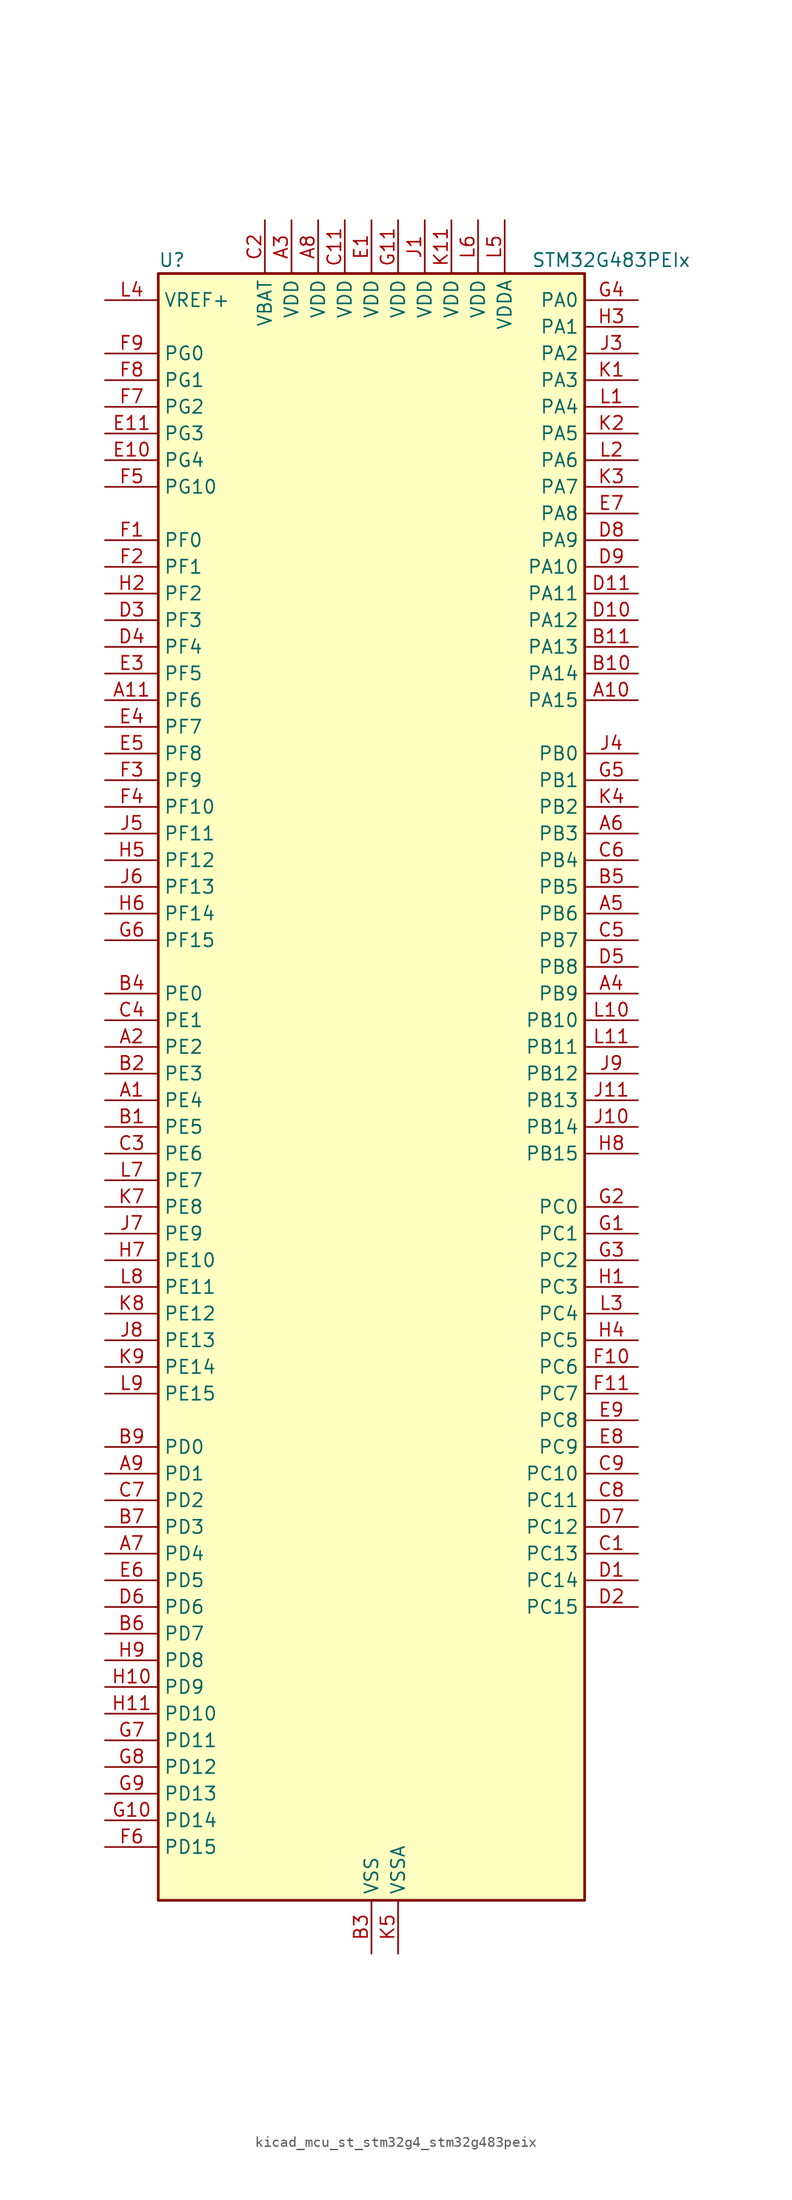
<source format=kicad_sym>
(kicad_symbol_lib
  (version 20220914)
  (generator kicad_symbol_editor)
  (symbol "kicad_mcu_st_stm32g4_stm32g483peix"
    (property "Reference" "U"
      (at -20.32 80.01 0)
      (effects (font (size 1.27 1.27)) (justify left)))
    (property "Value" "STM32G483PEIx"
      (at 15.24 80.01 0)
      (effects (font (size 1.27 1.27)) (justify left)))
    (property "ki_locked" ""
      (at 0 0 0)
      (effects (font (size 1.27 1.27))))
    (symbol "kicad_mcu_st_stm32g4_stm32g483peix_0_1"
      (rectangle (start -20.32 -76.2) (end 20.32 78.74) (stroke (width 0.254) (type default)) (fill (type background))))
    (symbol "kicad_mcu_st_stm32g4_stm32g483peix_1_1"
      (pin bidirectional line (at -25.4 0 0) (length 5.08) (name "PE4" (effects (font (size 1.27 1.27)))) (number "A1" (effects (font (size 1.27 1.27)))) (alternate "FMC_A20" bidirectional line) (alternate "SAI1_D2" bidirectional line) (alternate "SAI1_FS_A" bidirectional line) (alternate "SPI4_NSS" bidirectional line) (alternate "SYS_TRACED1" bidirectional line) (alternate "TIM20_CH1N" bidirectional line) (alternate "TIM3_CH3" bidirectional line))
      (pin bidirectional line (at 25.4 38.1 180) (length 5.08) (name "PA15" (effects (font (size 1.27 1.27)))) (number "A10" (effects (font (size 1.27 1.27)))) (alternate "ADC1_EXTI15" bidirectional line) (alternate "ADC2_EXTI15" bidirectional line) (alternate "FDCAN3_TX" bidirectional line) (alternate "I2C1_SCL" bidirectional line) (alternate "I2S3_WS" bidirectional line) (alternate "SPI1_NSS" bidirectional line) (alternate "SPI3_NSS" bidirectional line) (alternate "SYS_JTDI" bidirectional line) (alternate "TIM1_BKIN" bidirectional line) (alternate "TIM2_CH1" bidirectional line) (alternate "TIM2_ETR" bidirectional line) (alternate "TIM8_CH1" bidirectional line) (alternate "UART4_DE" bidirectional line) (alternate "UART4_RTS" bidirectional line) (alternate "USART2_RX" bidirectional line))
      (pin bidirectional line (at -25.4 38.1 0) (length 5.08) (name "PF6" (effects (font (size 1.27 1.27)))) (number "A11" (effects (font (size 1.27 1.27)))) (alternate "I2C2_SCL" bidirectional line) (alternate "QUADSPI1_BK1_IO3" bidirectional line) (alternate "SAI1_SD_B" bidirectional line) (alternate "TIM4_CH4" bidirectional line) (alternate "TIM5_CH1" bidirectional line) (alternate "TIM5_ETR" bidirectional line) (alternate "USART3_RTS" bidirectional line))
      (pin bidirectional line (at -25.4 5.08 0) (length 5.08) (name "PE2" (effects (font (size 1.27 1.27)))) (number "A2" (effects (font (size 1.27 1.27)))) (alternate "ADC3_EXTI2" bidirectional line) (alternate "ADC4_EXTI2" bidirectional line) (alternate "ADC5_EXTI2" bidirectional line) (alternate "FMC_A23" bidirectional line) (alternate "SAI1_CK1" bidirectional line) (alternate "SAI1_MCLK_A" bidirectional line) (alternate "SPI4_SCK" bidirectional line) (alternate "SYS_TRACECLK" bidirectional line) (alternate "TIM20_CH1" bidirectional line) (alternate "TIM3_CH1" bidirectional line))
      (pin power_in line (at -7.62 83.82 270) (length 5.08) (name "VDD" (effects (font (size 1.27 1.27)))) (number "A3" (effects (font (size 1.27 1.27)))))
      (pin bidirectional line (at 25.4 10.16 180) (length 5.08) (name "PB9" (effects (font (size 1.27 1.27)))) (number "A4" (effects (font (size 1.27 1.27)))) (alternate "COMP2_OUT" bidirectional line) (alternate "DAC1_EXTI9" bidirectional line) (alternate "DAC2_EXTI9" bidirectional line) (alternate "DAC3_EXTI9" bidirectional line) (alternate "DAC4_EXTI9" bidirectional line) (alternate "FDCAN1_TX" bidirectional line) (alternate "I2C1_SDA" bidirectional line) (alternate "IR_OUT" bidirectional line) (alternate "SAI1_D2" bidirectional line) (alternate "SAI1_FS_A" bidirectional line) (alternate "TIM17_CH1" bidirectional line) (alternate "TIM1_CH3N" bidirectional line) (alternate "TIM4_CH4" bidirectional line) (alternate "TIM8_CH3" bidirectional line) (alternate "USART3_TX" bidirectional line))
      (pin bidirectional line (at 25.4 17.78 180) (length 5.08) (name "PB6" (effects (font (size 1.27 1.27)))) (number "A5" (effects (font (size 1.27 1.27)))) (alternate "COMP4_OUT" bidirectional line) (alternate "FDCAN2_TX" bidirectional line) (alternate "LPTIM1_ETR" bidirectional line) (alternate "SAI1_FS_B" bidirectional line) (alternate "TIM16_CH1N" bidirectional line) (alternate "TIM4_CH1" bidirectional line) (alternate "TIM8_BKIN2" bidirectional line) (alternate "TIM8_CH1" bidirectional line) (alternate "TIM8_ETR" bidirectional line) (alternate "UCPD1_CC1" bidirectional line) (alternate "USART1_TX" bidirectional line))
      (pin bidirectional line (at 25.4 25.4 180) (length 5.08) (name "PB3" (effects (font (size 1.27 1.27)))) (number "A6" (effects (font (size 1.27 1.27)))) (alternate "ADC3_EXTI3" bidirectional line) (alternate "ADC4_EXTI3" bidirectional line) (alternate "ADC5_EXTI3" bidirectional line) (alternate "CRS_SYNC" bidirectional line) (alternate "FDCAN3_RX" bidirectional line) (alternate "I2S3_CK" bidirectional line) (alternate "SAI1_SCK_B" bidirectional line) (alternate "SPI1_SCK" bidirectional line) (alternate "SPI3_SCK" bidirectional line) (alternate "SYS_JTDO-SWO" bidirectional line) (alternate "TIM2_CH2" bidirectional line) (alternate "TIM3_ETR" bidirectional line) (alternate "TIM4_ETR" bidirectional line) (alternate "TIM8_CH1N" bidirectional line) (alternate "USART2_TX" bidirectional line))
      (pin bidirectional line (at -25.4 -43.18 0) (length 5.08) (name "PD4" (effects (font (size 1.27 1.27)))) (number "A7" (effects (font (size 1.27 1.27)))) (alternate "FMC_NOE" bidirectional line) (alternate "QUADSPI1_BK2_IO0" bidirectional line) (alternate "TIM2_CH2" bidirectional line) (alternate "USART2_DE" bidirectional line) (alternate "USART2_RTS" bidirectional line))
      (pin power_in line (at -5.08 83.82 270) (length 5.08) (name "VDD" (effects (font (size 1.27 1.27)))) (number "A8" (effects (font (size 1.27 1.27)))))
      (pin bidirectional line (at -25.4 -35.56 0) (length 5.08) (name "PD1" (effects (font (size 1.27 1.27)))) (number "A9" (effects (font (size 1.27 1.27)))) (alternate "FDCAN1_TX" bidirectional line) (alternate "FMC_D3" bidirectional line) (alternate "FMC_DA3" bidirectional line) (alternate "TIM8_BKIN2" bidirectional line) (alternate "TIM8_CH4" bidirectional line))
      (pin bidirectional line (at -25.4 -2.54 0) (length 5.08) (name "PE5" (effects (font (size 1.27 1.27)))) (number "B1" (effects (font (size 1.27 1.27)))) (alternate "FMC_A21" bidirectional line) (alternate "SAI1_CK2" bidirectional line) (alternate "SAI1_SCK_A" bidirectional line) (alternate "SPI4_MISO" bidirectional line) (alternate "SYS_TRACED2" bidirectional line) (alternate "TIM20_CH2N" bidirectional line) (alternate "TIM3_CH4" bidirectional line))
      (pin bidirectional line (at 25.4 40.64 180) (length 5.08) (name "PA14" (effects (font (size 1.27 1.27)))) (number "B10" (effects (font (size 1.27 1.27)))) (alternate "I2C1_SDA" bidirectional line) (alternate "I2C4_SMBA" bidirectional line) (alternate "LPTIM1_OUT" bidirectional line) (alternate "SAI1_FS_B" bidirectional line) (alternate "SYS_JTCK-SWCLK" bidirectional line) (alternate "TIM1_BKIN" bidirectional line) (alternate "TIM8_CH2" bidirectional line) (alternate "USART2_TX" bidirectional line))
      (pin bidirectional line (at 25.4 43.18 180) (length 5.08) (name "PA13" (effects (font (size 1.27 1.27)))) (number "B11" (effects (font (size 1.27 1.27)))) (alternate "I2C1_SCL" bidirectional line) (alternate "I2C4_SCL" bidirectional line) (alternate "IR_OUT" bidirectional line) (alternate "SAI1_SD_B" bidirectional line) (alternate "SYS_JTMS-SWDIO" bidirectional line) (alternate "TIM16_CH1N" bidirectional line) (alternate "TIM4_CH3" bidirectional line) (alternate "USART3_CTS" bidirectional line) (alternate "USART3_NSS" bidirectional line))
      (pin bidirectional line (at -25.4 2.54 0) (length 5.08) (name "PE3" (effects (font (size 1.27 1.27)))) (number "B2" (effects (font (size 1.27 1.27)))) (alternate "ADC3_EXTI3" bidirectional line) (alternate "ADC4_EXTI3" bidirectional line) (alternate "ADC5_EXTI3" bidirectional line) (alternate "FMC_A19" bidirectional line) (alternate "SAI1_SD_B" bidirectional line) (alternate "SPI4_NSS" bidirectional line) (alternate "SYS_TRACED0" bidirectional line) (alternate "TIM20_CH2" bidirectional line) (alternate "TIM3_CH2" bidirectional line))
      (pin power_in line (at 0 -81.28 90) (length 5.08) (name "VSS" (effects (font (size 1.27 1.27)))) (number "B3" (effects (font (size 1.27 1.27)))))
      (pin bidirectional line (at -25.4 10.16 0) (length 5.08) (name "PE0" (effects (font (size 1.27 1.27)))) (number "B4" (effects (font (size 1.27 1.27)))) (alternate "FMC_NBL0" bidirectional line) (alternate "TIM16_CH1" bidirectional line) (alternate "TIM20_CH4N" bidirectional line) (alternate "TIM20_ETR" bidirectional line) (alternate "TIM4_ETR" bidirectional line) (alternate "USART1_TX" bidirectional line))
      (pin bidirectional line (at 25.4 20.32 180) (length 5.08) (name "PB5" (effects (font (size 1.27 1.27)))) (number "B5" (effects (font (size 1.27 1.27)))) (alternate "FDCAN2_RX" bidirectional line) (alternate "I2C1_SMBA" bidirectional line) (alternate "I2C3_SDA" bidirectional line) (alternate "I2S3_SD" bidirectional line) (alternate "LPTIM1_IN1" bidirectional line) (alternate "SAI1_SD_B" bidirectional line) (alternate "SPI1_MOSI" bidirectional line) (alternate "SPI3_MOSI" bidirectional line) (alternate "TIM16_BKIN" bidirectional line) (alternate "TIM17_CH1" bidirectional line) (alternate "TIM3_CH2" bidirectional line) (alternate "TIM8_CH3N" bidirectional line) (alternate "UART5_CTS" bidirectional line) (alternate "USART2_CK" bidirectional line))
      (pin bidirectional line (at -25.4 -50.8 0) (length 5.08) (name "PD7" (effects (font (size 1.27 1.27)))) (number "B6" (effects (font (size 1.27 1.27)))) (alternate "FMC_NCE" bidirectional line) (alternate "FMC_NE1" bidirectional line) (alternate "QUADSPI1_BK2_IO3" bidirectional line) (alternate "TIM2_CH3" bidirectional line) (alternate "USART2_CK" bidirectional line))
      (pin bidirectional line (at -25.4 -40.64 0) (length 5.08) (name "PD3" (effects (font (size 1.27 1.27)))) (number "B7" (effects (font (size 1.27 1.27)))) (alternate "ADC3_EXTI3" bidirectional line) (alternate "ADC4_EXTI3" bidirectional line) (alternate "ADC5_EXTI3" bidirectional line) (alternate "FMC_CLK" bidirectional line) (alternate "QUADSPI1_BK2_NCS" bidirectional line) (alternate "TIM2_CH1" bidirectional line) (alternate "TIM2_ETR" bidirectional line) (alternate "USART2_CTS" bidirectional line) (alternate "USART2_NSS" bidirectional line))
      (pin passive line (at 0 -81.28 90) (length 5.08) hide (name "VSS" (effects (font (size 1.27 1.27)))) (number "B8" (effects (font (size 1.27 1.27)))))
      (pin bidirectional line (at -25.4 -33.02 0) (length 5.08) (name "PD0" (effects (font (size 1.27 1.27)))) (number "B9" (effects (font (size 1.27 1.27)))) (alternate "FDCAN1_RX" bidirectional line) (alternate "FMC_D2" bidirectional line) (alternate "FMC_DA2" bidirectional line) (alternate "TIM8_CH4N" bidirectional line))
      (pin bidirectional line (at 25.4 -43.18 180) (length 5.08) (name "PC13" (effects (font (size 1.27 1.27)))) (number "C1" (effects (font (size 1.27 1.27)))) (alternate "RTC_OUT1" bidirectional line) (alternate "RTC_TAMP1" bidirectional line) (alternate "RTC_TS" bidirectional line) (alternate "SYS_WKUP2" bidirectional line) (alternate "TIM1_BKIN" bidirectional line) (alternate "TIM1_CH1N" bidirectional line) (alternate "TIM8_CH4N" bidirectional line))
      (pin passive line (at 0 -81.28 90) (length 5.08) hide (name "VSS" (effects (font (size 1.27 1.27)))) (number "C10" (effects (font (size 1.27 1.27)))))
      (pin power_in line (at -2.54 83.82 270) (length 5.08) (name "VDD" (effects (font (size 1.27 1.27)))) (number "C11" (effects (font (size 1.27 1.27)))))
      (pin power_in line (at -10.16 83.82 270) (length 5.08) (name "VBAT" (effects (font (size 1.27 1.27)))) (number "C2" (effects (font (size 1.27 1.27)))))
      (pin bidirectional line (at -25.4 -5.08 0) (length 5.08) (name "PE6" (effects (font (size 1.27 1.27)))) (number "C3" (effects (font (size 1.27 1.27)))) (alternate "FMC_A22" bidirectional line) (alternate "RTC_TAMP3" bidirectional line) (alternate "SAI1_D1" bidirectional line) (alternate "SAI1_SD_A" bidirectional line) (alternate "SPI4_MOSI" bidirectional line) (alternate "SYS_TRACED3" bidirectional line) (alternate "SYS_WKUP3" bidirectional line) (alternate "TIM20_CH3N" bidirectional line))
      (pin bidirectional line (at -25.4 7.62 0) (length 5.08) (name "PE1" (effects (font (size 1.27 1.27)))) (number "C4" (effects (font (size 1.27 1.27)))) (alternate "FMC_NBL1" bidirectional line) (alternate "TIM17_CH1" bidirectional line) (alternate "TIM20_CH4" bidirectional line) (alternate "USART1_RX" bidirectional line))
      (pin bidirectional line (at 25.4 15.24 180) (length 5.08) (name "PB7" (effects (font (size 1.27 1.27)))) (number "C5" (effects (font (size 1.27 1.27)))) (alternate "COMP3_OUT" bidirectional line) (alternate "FMC_NL" bidirectional line) (alternate "I2C1_SDA" bidirectional line) (alternate "I2C4_SDA" bidirectional line) (alternate "LPTIM1_IN2" bidirectional line) (alternate "SYS_PVD_IN" bidirectional line) (alternate "TIM17_CH1N" bidirectional line) (alternate "TIM3_CH4" bidirectional line) (alternate "TIM4_CH2" bidirectional line) (alternate "TIM8_BKIN" bidirectional line) (alternate "UART4_CTS" bidirectional line) (alternate "USART1_RX" bidirectional line))
      (pin bidirectional line (at 25.4 22.86 180) (length 5.08) (name "PB4" (effects (font (size 1.27 1.27)))) (number "C6" (effects (font (size 1.27 1.27)))) (alternate "FDCAN3_TX" bidirectional line) (alternate "SAI1_MCLK_B" bidirectional line) (alternate "SPI1_MISO" bidirectional line) (alternate "SPI3_MISO" bidirectional line) (alternate "SYS_JTRST" bidirectional line) (alternate "TIM16_CH1" bidirectional line) (alternate "TIM17_BKIN" bidirectional line) (alternate "TIM3_CH1" bidirectional line) (alternate "TIM8_CH2N" bidirectional line) (alternate "UART5_DE" bidirectional line) (alternate "UART5_RTS" bidirectional line) (alternate "UCPD1_CC2" bidirectional line) (alternate "USART2_RX" bidirectional line))
      (pin bidirectional line (at -25.4 -38.1 0) (length 5.08) (name "PD2" (effects (font (size 1.27 1.27)))) (number "C7" (effects (font (size 1.27 1.27)))) (alternate "ADC3_EXTI2" bidirectional line) (alternate "ADC4_EXTI2" bidirectional line) (alternate "ADC5_EXTI2" bidirectional line) (alternate "TIM3_ETR" bidirectional line) (alternate "TIM8_BKIN" bidirectional line) (alternate "UART5_RX" bidirectional line))
      (pin bidirectional line (at 25.4 -38.1 180) (length 5.08) (name "PC11" (effects (font (size 1.27 1.27)))) (number "C8" (effects (font (size 1.27 1.27)))) (alternate "ADC1_EXTI11" bidirectional line) (alternate "ADC2_EXTI11" bidirectional line) (alternate "I2C3_SDA" bidirectional line) (alternate "SPI3_MISO" bidirectional line) (alternate "TIM8_CH2N" bidirectional line) (alternate "UART4_RX" bidirectional line) (alternate "USART3_RX" bidirectional line))
      (pin bidirectional line (at 25.4 -35.56 180) (length 5.08) (name "PC10" (effects (font (size 1.27 1.27)))) (number "C9" (effects (font (size 1.27 1.27)))) (alternate "DAC1_EXTI10" bidirectional line) (alternate "DAC2_EXTI10" bidirectional line) (alternate "DAC3_EXTI10" bidirectional line) (alternate "DAC4_EXTI10" bidirectional line) (alternate "I2S3_CK" bidirectional line) (alternate "SPI3_SCK" bidirectional line) (alternate "TIM8_CH1N" bidirectional line) (alternate "UART4_TX" bidirectional line) (alternate "USART3_TX" bidirectional line))
      (pin bidirectional line (at 25.4 -45.72 180) (length 5.08) (name "PC14" (effects (font (size 1.27 1.27)))) (number "D1" (effects (font (size 1.27 1.27)))) (alternate "RCC_OSC32_IN" bidirectional line))
      (pin bidirectional line (at 25.4 45.72 180) (length 5.08) (name "PA12" (effects (font (size 1.27 1.27)))) (number "D10" (effects (font (size 1.27 1.27)))) (alternate "COMP2_OUT" bidirectional line) (alternate "FDCAN1_TX" bidirectional line) (alternate "I2S_CKIN" bidirectional line) (alternate "TIM16_CH1" bidirectional line) (alternate "TIM1_CH2N" bidirectional line) (alternate "TIM1_ETR" bidirectional line) (alternate "TIM4_CH2" bidirectional line) (alternate "USART1_DE" bidirectional line) (alternate "USART1_RTS" bidirectional line) (alternate "USB_DP" bidirectional line))
      (pin bidirectional line (at 25.4 48.26 180) (length 5.08) (name "PA11" (effects (font (size 1.27 1.27)))) (number "D11" (effects (font (size 1.27 1.27)))) (alternate "ADC1_EXTI11" bidirectional line) (alternate "ADC2_EXTI11" bidirectional line) (alternate "COMP1_OUT" bidirectional line) (alternate "FDCAN1_RX" bidirectional line) (alternate "I2S2_SD" bidirectional line) (alternate "SPI2_MOSI" bidirectional line) (alternate "TIM1_BKIN2" bidirectional line) (alternate "TIM1_CH1N" bidirectional line) (alternate "TIM1_CH4" bidirectional line) (alternate "TIM4_CH1" bidirectional line) (alternate "USART1_CTS" bidirectional line) (alternate "USART1_NSS" bidirectional line) (alternate "USB_DM" bidirectional line))
      (pin bidirectional line (at 25.4 -48.26 180) (length 5.08) (name "PC15" (effects (font (size 1.27 1.27)))) (number "D2" (effects (font (size 1.27 1.27)))) (alternate "ADC1_EXTI15" bidirectional line) (alternate "ADC2_EXTI15" bidirectional line) (alternate "RCC_OSC32_OUT" bidirectional line))
      (pin bidirectional line (at -25.4 45.72 0) (length 5.08) (name "PF3" (effects (font (size 1.27 1.27)))) (number "D3" (effects (font (size 1.27 1.27)))) (alternate "ADC3_EXTI3" bidirectional line) (alternate "ADC4_EXTI3" bidirectional line) (alternate "ADC5_EXTI3" bidirectional line) (alternate "FMC_A3" bidirectional line) (alternate "I2C3_SCL" bidirectional line) (alternate "TIM20_CH4" bidirectional line))
      (pin bidirectional line (at -25.4 43.18 0) (length 5.08) (name "PF4" (effects (font (size 1.27 1.27)))) (number "D4" (effects (font (size 1.27 1.27)))) (alternate "COMP1_OUT" bidirectional line) (alternate "FMC_A4" bidirectional line) (alternate "I2C3_SDA" bidirectional line) (alternate "TIM20_CH1N" bidirectional line))
      (pin bidirectional line (at 25.4 12.7 180) (length 5.08) (name "PB8" (effects (font (size 1.27 1.27)))) (number "D5" (effects (font (size 1.27 1.27)))) (alternate "COMP1_OUT" bidirectional line) (alternate "FDCAN1_RX" bidirectional line) (alternate "I2C1_SCL" bidirectional line) (alternate "SAI1_CK1" bidirectional line) (alternate "SAI1_MCLK_A" bidirectional line) (alternate "TIM16_CH1" bidirectional line) (alternate "TIM1_BKIN" bidirectional line) (alternate "TIM4_CH3" bidirectional line) (alternate "TIM8_CH2" bidirectional line) (alternate "USART3_RX" bidirectional line))
      (pin bidirectional line (at -25.4 -48.26 0) (length 5.08) (name "PD6" (effects (font (size 1.27 1.27)))) (number "D6" (effects (font (size 1.27 1.27)))) (alternate "FMC_NWAIT" bidirectional line) (alternate "QUADSPI1_BK2_IO2" bidirectional line) (alternate "SAI1_D1" bidirectional line) (alternate "SAI1_SD_A" bidirectional line) (alternate "TIM2_CH4" bidirectional line) (alternate "USART2_RX" bidirectional line))
      (pin bidirectional line (at 25.4 -40.64 180) (length 5.08) (name "PC12" (effects (font (size 1.27 1.27)))) (number "D7" (effects (font (size 1.27 1.27)))) (alternate "I2S3_SD" bidirectional line) (alternate "SPI3_MOSI" bidirectional line) (alternate "TIM5_CH2" bidirectional line) (alternate "TIM8_CH3N" bidirectional line) (alternate "UART5_TX" bidirectional line) (alternate "UCPD1_FRSTX1" bidirectional line) (alternate "UCPD1_FRSTX2" bidirectional line) (alternate "USART3_CK" bidirectional line))
      (pin bidirectional line (at 25.4 53.34 180) (length 5.08) (name "PA9" (effects (font (size 1.27 1.27)))) (number "D8" (effects (font (size 1.27 1.27)))) (alternate "ADC5_IN2" bidirectional line) (alternate "COMP5_OUT" bidirectional line) (alternate "DAC1_EXTI9" bidirectional line) (alternate "DAC2_EXTI9" bidirectional line) (alternate "DAC3_EXTI9" bidirectional line) (alternate "DAC4_EXTI9" bidirectional line) (alternate "I2C2_SCL" bidirectional line) (alternate "I2C3_SMBA" bidirectional line) (alternate "I2S3_MCK" bidirectional line) (alternate "SAI1_FS_A" bidirectional line) (alternate "TIM15_BKIN" bidirectional line) (alternate "TIM1_CH2" bidirectional line) (alternate "TIM2_CH3" bidirectional line) (alternate "UCPD1_DBCC1" bidirectional line) (alternate "USART1_TX" bidirectional line))
      (pin bidirectional line (at 25.4 50.8 180) (length 5.08) (name "PA10" (effects (font (size 1.27 1.27)))) (number "D9" (effects (font (size 1.27 1.27)))) (alternate "COMP6_OUT" bidirectional line) (alternate "CRS_SYNC" bidirectional line) (alternate "DAC1_EXTI10" bidirectional line) (alternate "DAC2_EXTI10" bidirectional line) (alternate "DAC3_EXTI10" bidirectional line) (alternate "DAC4_EXTI10" bidirectional line) (alternate "I2C2_SMBA" bidirectional line) (alternate "SAI1_D1" bidirectional line) (alternate "SAI1_SD_A" bidirectional line) (alternate "SPI2_MISO" bidirectional line) (alternate "TIM17_BKIN" bidirectional line) (alternate "TIM1_CH3" bidirectional line) (alternate "TIM2_CH4" bidirectional line) (alternate "TIM8_BKIN" bidirectional line) (alternate "UCPD1_DBCC2" bidirectional line) (alternate "USART1_RX" bidirectional line))
      (pin power_in line (at 0 83.82 270) (length 5.08) (name "VDD" (effects (font (size 1.27 1.27)))) (number "E1" (effects (font (size 1.27 1.27)))))
      (pin bidirectional line (at -25.4 60.96 0) (length 5.08) (name "PG4" (effects (font (size 1.27 1.27)))) (number "E10" (effects (font (size 1.27 1.27)))) (alternate "FMC_A14" bidirectional line) (alternate "I2C4_SDA" bidirectional line) (alternate "SPI1_MOSI" bidirectional line) (alternate "TIM20_BKIN2" bidirectional line))
      (pin bidirectional line (at -25.4 63.5 0) (length 5.08) (name "PG3" (effects (font (size 1.27 1.27)))) (number "E11" (effects (font (size 1.27 1.27)))) (alternate "ADC3_EXTI3" bidirectional line) (alternate "ADC4_EXTI3" bidirectional line) (alternate "ADC5_EXTI3" bidirectional line) (alternate "FMC_A13" bidirectional line) (alternate "I2C4_SCL" bidirectional line) (alternate "SPI1_MISO" bidirectional line) (alternate "TIM20_BKIN" bidirectional line) (alternate "TIM20_CH4N" bidirectional line))
      (pin passive line (at 0 -81.28 90) (length 5.08) hide (name "VSS" (effects (font (size 1.27 1.27)))) (number "E2" (effects (font (size 1.27 1.27)))))
      (pin bidirectional line (at -25.4 40.64 0) (length 5.08) (name "PF5" (effects (font (size 1.27 1.27)))) (number "E3" (effects (font (size 1.27 1.27)))) (alternate "FMC_A5" bidirectional line) (alternate "TIM20_CH2N" bidirectional line))
      (pin bidirectional line (at -25.4 35.56 0) (length 5.08) (name "PF7" (effects (font (size 1.27 1.27)))) (number "E4" (effects (font (size 1.27 1.27)))) (alternate "FMC_A1" bidirectional line) (alternate "QUADSPI1_BK1_IO2" bidirectional line) (alternate "SAI1_MCLK_B" bidirectional line) (alternate "TIM20_BKIN" bidirectional line) (alternate "TIM5_CH2" bidirectional line))
      (pin bidirectional line (at -25.4 33.02 0) (length 5.08) (name "PF8" (effects (font (size 1.27 1.27)))) (number "E5" (effects (font (size 1.27 1.27)))) (alternate "FMC_A24" bidirectional line) (alternate "QUADSPI1_BK1_IO0" bidirectional line) (alternate "SAI1_SCK_B" bidirectional line) (alternate "TIM20_BKIN2" bidirectional line) (alternate "TIM5_CH3" bidirectional line))
      (pin bidirectional line (at -25.4 -45.72 0) (length 5.08) (name "PD5" (effects (font (size 1.27 1.27)))) (number "E6" (effects (font (size 1.27 1.27)))) (alternate "FMC_NWE" bidirectional line) (alternate "QUADSPI1_BK2_IO1" bidirectional line) (alternate "USART2_TX" bidirectional line))
      (pin bidirectional line (at 25.4 55.88 180) (length 5.08) (name "PA8" (effects (font (size 1.27 1.27)))) (number "E7" (effects (font (size 1.27 1.27)))) (alternate "ADC5_IN1" bidirectional line) (alternate "COMP7_OUT" bidirectional line) (alternate "FDCAN3_RX" bidirectional line) (alternate "I2C2_SDA" bidirectional line) (alternate "I2C3_SCL" bidirectional line) (alternate "I2S2_MCK" bidirectional line) (alternate "OPAMP5_VOUT" bidirectional line) (alternate "RCC_MCO" bidirectional line) (alternate "SAI1_CK2" bidirectional line) (alternate "SAI1_SCK_A" bidirectional line) (alternate "TIM1_CH1" bidirectional line) (alternate "TIM4_ETR" bidirectional line) (alternate "USART1_CK" bidirectional line))
      (pin bidirectional line (at 25.4 -33.02 180) (length 5.08) (name "PC9" (effects (font (size 1.27 1.27)))) (number "E8" (effects (font (size 1.27 1.27)))) (alternate "DAC1_EXTI9" bidirectional line) (alternate "DAC2_EXTI9" bidirectional line) (alternate "DAC3_EXTI9" bidirectional line) (alternate "DAC4_EXTI9" bidirectional line) (alternate "I2C3_SDA" bidirectional line) (alternate "I2S_CKIN" bidirectional line) (alternate "TIM3_CH4" bidirectional line) (alternate "TIM8_BKIN2" bidirectional line) (alternate "TIM8_CH4" bidirectional line))
      (pin bidirectional line (at 25.4 -30.48 180) (length 5.08) (name "PC8" (effects (font (size 1.27 1.27)))) (number "E9" (effects (font (size 1.27 1.27)))) (alternate "COMP7_OUT" bidirectional line) (alternate "I2C3_SCL" bidirectional line) (alternate "TIM20_CH3" bidirectional line) (alternate "TIM3_CH3" bidirectional line) (alternate "TIM8_CH3" bidirectional line))
      (pin bidirectional line (at -25.4 53.34 0) (length 5.08) (name "PF0" (effects (font (size 1.27 1.27)))) (number "F1" (effects (font (size 1.27 1.27)))) (alternate "ADC1_IN10" bidirectional line) (alternate "I2C2_SDA" bidirectional line) (alternate "I2S2_WS" bidirectional line) (alternate "RCC_OSC_IN" bidirectional line) (alternate "SPI2_NSS" bidirectional line) (alternate "TIM1_CH3N" bidirectional line))
      (pin bidirectional line (at 25.4 -25.4 180) (length 5.08) (name "PC6" (effects (font (size 1.27 1.27)))) (number "F10" (effects (font (size 1.27 1.27)))) (alternate "COMP6_OUT" bidirectional line) (alternate "I2C4_SCL" bidirectional line) (alternate "I2S2_MCK" bidirectional line) (alternate "TIM3_CH1" bidirectional line) (alternate "TIM8_CH1" bidirectional line))
      (pin bidirectional line (at 25.4 -27.94 180) (length 5.08) (name "PC7" (effects (font (size 1.27 1.27)))) (number "F11" (effects (font (size 1.27 1.27)))) (alternate "COMP5_OUT" bidirectional line) (alternate "I2C4_SDA" bidirectional line) (alternate "I2S3_MCK" bidirectional line) (alternate "TIM3_CH2" bidirectional line) (alternate "TIM8_CH2" bidirectional line))
      (pin bidirectional line (at -25.4 50.8 0) (length 5.08) (name "PF1" (effects (font (size 1.27 1.27)))) (number "F2" (effects (font (size 1.27 1.27)))) (alternate "ADC2_IN10" bidirectional line) (alternate "COMP3_INM" bidirectional line) (alternate "I2S2_CK" bidirectional line) (alternate "RCC_OSC_OUT" bidirectional line) (alternate "SPI2_SCK" bidirectional line))
      (pin bidirectional line (at -25.4 30.48 0) (length 5.08) (name "PF9" (effects (font (size 1.27 1.27)))) (number "F3" (effects (font (size 1.27 1.27)))) (alternate "DAC1_EXTI9" bidirectional line) (alternate "DAC2_EXTI9" bidirectional line) (alternate "DAC3_EXTI9" bidirectional line) (alternate "DAC4_EXTI9" bidirectional line) (alternate "FMC_A25" bidirectional line) (alternate "QUADSPI1_BK1_IO1" bidirectional line) (alternate "SAI1_FS_B" bidirectional line) (alternate "SPI2_SCK" bidirectional line) (alternate "TIM15_CH1" bidirectional line) (alternate "TIM20_BKIN" bidirectional line) (alternate "TIM5_CH4" bidirectional line))
      (pin bidirectional line (at -25.4 27.94 0) (length 5.08) (name "PF10" (effects (font (size 1.27 1.27)))) (number "F4" (effects (font (size 1.27 1.27)))) (alternate "DAC1_EXTI10" bidirectional line) (alternate "DAC2_EXTI10" bidirectional line) (alternate "DAC3_EXTI10" bidirectional line) (alternate "DAC4_EXTI10" bidirectional line) (alternate "FMC_A0" bidirectional line) (alternate "QUADSPI1_CLK" bidirectional line) (alternate "SAI1_D3" bidirectional line) (alternate "SPI2_SCK" bidirectional line) (alternate "TIM15_CH2" bidirectional line) (alternate "TIM20_BKIN2" bidirectional line))
      (pin bidirectional line (at -25.4 58.42 0) (length 5.08) (name "PG10" (effects (font (size 1.27 1.27)))) (number "F5" (effects (font (size 1.27 1.27)))) (alternate "DAC1_EXTI10" bidirectional line) (alternate "DAC2_EXTI10" bidirectional line) (alternate "DAC3_EXTI10" bidirectional line) (alternate "DAC4_EXTI10" bidirectional line) (alternate "RCC_MCO" bidirectional line))
      (pin bidirectional line (at -25.4 -71.12 0) (length 5.08) (name "PD15" (effects (font (size 1.27 1.27)))) (number "F6" (effects (font (size 1.27 1.27)))) (alternate "ADC1_EXTI15" bidirectional line) (alternate "ADC2_EXTI15" bidirectional line) (alternate "COMP7_INM" bidirectional line) (alternate "FMC_D1" bidirectional line) (alternate "FMC_DA1" bidirectional line) (alternate "SPI2_NSS" bidirectional line) (alternate "TIM4_CH4" bidirectional line))
      (pin bidirectional line (at -25.4 66.04 0) (length 5.08) (name "PG2" (effects (font (size 1.27 1.27)))) (number "F7" (effects (font (size 1.27 1.27)))) (alternate "ADC3_EXTI2" bidirectional line) (alternate "ADC4_EXTI2" bidirectional line) (alternate "ADC5_EXTI2" bidirectional line) (alternate "FMC_A12" bidirectional line) (alternate "SPI1_SCK" bidirectional line) (alternate "TIM20_CH3N" bidirectional line))
      (pin bidirectional line (at -25.4 68.58 0) (length 5.08) (name "PG1" (effects (font (size 1.27 1.27)))) (number "F8" (effects (font (size 1.27 1.27)))) (alternate "FMC_A11" bidirectional line) (alternate "TIM20_CH2N" bidirectional line))
      (pin bidirectional line (at -25.4 71.12 0) (length 5.08) (name "PG0" (effects (font (size 1.27 1.27)))) (number "F9" (effects (font (size 1.27 1.27)))) (alternate "FMC_A10" bidirectional line) (alternate "TIM20_CH1N" bidirectional line))
      (pin bidirectional line (at 25.4 -12.7 180) (length 5.08) (name "PC1" (effects (font (size 1.27 1.27)))) (number "G1" (effects (font (size 1.27 1.27)))) (alternate "ADC1_IN7" bidirectional line) (alternate "ADC2_IN7" bidirectional line) (alternate "COMP3_INP" bidirectional line) (alternate "LPTIM1_OUT" bidirectional line) (alternate "LPUART1_TX" bidirectional line) (alternate "QUADSPI1_BK2_IO0" bidirectional line) (alternate "SAI1_SD_A" bidirectional line) (alternate "TIM1_CH2" bidirectional line))
      (pin bidirectional line (at -25.4 -68.58 0) (length 5.08) (name "PD14" (effects (font (size 1.27 1.27)))) (number "G10" (effects (font (size 1.27 1.27)))) (alternate "ADC3_IN11" bidirectional line) (alternate "ADC4_IN11" bidirectional line) (alternate "ADC5_IN11" bidirectional line) (alternate "COMP7_INP" bidirectional line) (alternate "FMC_D0" bidirectional line) (alternate "FMC_DA0" bidirectional line) (alternate "OPAMP2_VINP" bidirectional line) (alternate "OPAMP2_VINP_SEC" bidirectional line) (alternate "TIM4_CH3" bidirectional line))
      (pin power_in line (at 2.54 83.82 270) (length 5.08) (name "VDD" (effects (font (size 1.27 1.27)))) (number "G11" (effects (font (size 1.27 1.27)))))
      (pin bidirectional line (at 25.4 -10.16 180) (length 5.08) (name "PC0" (effects (font (size 1.27 1.27)))) (number "G2" (effects (font (size 1.27 1.27)))) (alternate "ADC1_IN6" bidirectional line) (alternate "ADC2_IN6" bidirectional line) (alternate "COMP3_INM" bidirectional line) (alternate "LPTIM1_IN1" bidirectional line) (alternate "LPUART1_RX" bidirectional line) (alternate "TIM1_CH1" bidirectional line))
      (pin bidirectional line (at 25.4 -15.24 180) (length 5.08) (name "PC2" (effects (font (size 1.27 1.27)))) (number "G3" (effects (font (size 1.27 1.27)))) (alternate "ADC1_IN8" bidirectional line) (alternate "ADC2_IN8" bidirectional line) (alternate "ADC3_EXTI2" bidirectional line) (alternate "ADC4_EXTI2" bidirectional line) (alternate "ADC5_EXTI2" bidirectional line) (alternate "COMP3_OUT" bidirectional line) (alternate "LPTIM1_IN2" bidirectional line) (alternate "QUADSPI1_BK2_IO1" bidirectional line) (alternate "TIM1_CH3" bidirectional line) (alternate "TIM20_CH2" bidirectional line))
      (pin bidirectional line (at 25.4 76.2 180) (length 5.08) (name "PA0" (effects (font (size 1.27 1.27)))) (number "G4" (effects (font (size 1.27 1.27)))) (alternate "ADC1_IN1" bidirectional line) (alternate "ADC2_IN1" bidirectional line) (alternate "COMP1_INM" bidirectional line) (alternate "COMP1_OUT" bidirectional line) (alternate "COMP3_INP" bidirectional line) (alternate "RTC_TAMP2" bidirectional line) (alternate "SYS_WKUP1" bidirectional line) (alternate "TIM2_CH1" bidirectional line) (alternate "TIM2_ETR" bidirectional line) (alternate "TIM5_CH1" bidirectional line) (alternate "TIM8_BKIN" bidirectional line) (alternate "TIM8_ETR" bidirectional line) (alternate "USART2_CTS" bidirectional line) (alternate "USART2_NSS" bidirectional line))
      (pin bidirectional line (at 25.4 30.48 180) (length 5.08) (name "PB1" (effects (font (size 1.27 1.27)))) (number "G5" (effects (font (size 1.27 1.27)))) (alternate "ADC1_IN12" bidirectional line) (alternate "ADC3_IN1" bidirectional line) (alternate "COMP1_INP" bidirectional line) (alternate "COMP4_OUT" bidirectional line) (alternate "LPUART1_DE" bidirectional line) (alternate "LPUART1_RTS" bidirectional line) (alternate "OPAMP3_VOUT" bidirectional line) (alternate "OPAMP6_VINM" bidirectional line) (alternate "OPAMP6_VINM1" bidirectional line) (alternate "OPAMP6_VINM_SEC" bidirectional line) (alternate "QUADSPI1_BK1_IO0" bidirectional line) (alternate "TIM1_CH3N" bidirectional line) (alternate "TIM3_CH4" bidirectional line) (alternate "TIM8_CH3N" bidirectional line))
      (pin bidirectional line (at -25.4 15.24 0) (length 5.08) (name "PF15" (effects (font (size 1.27 1.27)))) (number "G6" (effects (font (size 1.27 1.27)))) (alternate "ADC1_EXTI15" bidirectional line) (alternate "ADC2_EXTI15" bidirectional line) (alternate "FMC_A9" bidirectional line) (alternate "I2C4_SDA" bidirectional line) (alternate "TIM20_CH4" bidirectional line))
      (pin bidirectional line (at -25.4 -60.96 0) (length 5.08) (name "PD11" (effects (font (size 1.27 1.27)))) (number "G7" (effects (font (size 1.27 1.27)))) (alternate "ADC1_EXTI11" bidirectional line) (alternate "ADC2_EXTI11" bidirectional line) (alternate "ADC3_IN8" bidirectional line) (alternate "ADC4_IN8" bidirectional line) (alternate "ADC5_IN8" bidirectional line) (alternate "COMP6_INP" bidirectional line) (alternate "FMC_A16" bidirectional line) (alternate "FMC_CLE" bidirectional line) (alternate "I2C4_SMBA" bidirectional line) (alternate "OPAMP4_VINP" bidirectional line) (alternate "OPAMP4_VINP_SEC" bidirectional line) (alternate "TIM5_ETR" bidirectional line) (alternate "USART3_CTS" bidirectional line) (alternate "USART3_NSS" bidirectional line))
      (pin bidirectional line (at -25.4 -63.5 0) (length 5.08) (name "PD12" (effects (font (size 1.27 1.27)))) (number "G8" (effects (font (size 1.27 1.27)))) (alternate "ADC3_IN9" bidirectional line) (alternate "ADC4_IN9" bidirectional line) (alternate "ADC5_IN9" bidirectional line) (alternate "COMP5_INP" bidirectional line) (alternate "FMC_A17" bidirectional line) (alternate "FMC_ALE" bidirectional line) (alternate "OPAMP5_VINP" bidirectional line) (alternate "OPAMP5_VINP_SEC" bidirectional line) (alternate "TIM4_CH1" bidirectional line) (alternate "USART3_DE" bidirectional line) (alternate "USART3_RTS" bidirectional line))
      (pin bidirectional line (at -25.4 -66.04 0) (length 5.08) (name "PD13" (effects (font (size 1.27 1.27)))) (number "G9" (effects (font (size 1.27 1.27)))) (alternate "ADC3_IN10" bidirectional line) (alternate "ADC4_IN10" bidirectional line) (alternate "ADC5_IN10" bidirectional line) (alternate "COMP5_INM" bidirectional line) (alternate "FMC_A18" bidirectional line) (alternate "TIM4_CH2" bidirectional line))
      (pin bidirectional line (at 25.4 -17.78 180) (length 5.08) (name "PC3" (effects (font (size 1.27 1.27)))) (number "H1" (effects (font (size 1.27 1.27)))) (alternate "ADC1_IN9" bidirectional line) (alternate "ADC2_IN9" bidirectional line) (alternate "ADC3_EXTI3" bidirectional line) (alternate "ADC4_EXTI3" bidirectional line) (alternate "ADC5_EXTI3" bidirectional line) (alternate "LPTIM1_ETR" bidirectional line) (alternate "OPAMP5_VINP" bidirectional line) (alternate "OPAMP5_VINP_SEC" bidirectional line) (alternate "QUADSPI1_BK2_IO2" bidirectional line) (alternate "SAI1_D1" bidirectional line) (alternate "SAI1_SD_A" bidirectional line) (alternate "TIM1_BKIN2" bidirectional line) (alternate "TIM1_CH4" bidirectional line))
      (pin bidirectional line (at -25.4 -55.88 0) (length 5.08) (name "PD9" (effects (font (size 1.27 1.27)))) (number "H10" (effects (font (size 1.27 1.27)))) (alternate "ADC4_IN13" bidirectional line) (alternate "ADC5_IN13" bidirectional line) (alternate "DAC1_EXTI9" bidirectional line) (alternate "DAC2_EXTI9" bidirectional line) (alternate "DAC3_EXTI9" bidirectional line) (alternate "DAC4_EXTI9" bidirectional line) (alternate "FMC_D14" bidirectional line) (alternate "FMC_DA14" bidirectional line) (alternate "OPAMP6_VINP" bidirectional line) (alternate "OPAMP6_VINP_SEC" bidirectional line) (alternate "USART3_RX" bidirectional line))
      (pin bidirectional line (at -25.4 -58.42 0) (length 5.08) (name "PD10" (effects (font (size 1.27 1.27)))) (number "H11" (effects (font (size 1.27 1.27)))) (alternate "ADC3_IN7" bidirectional line) (alternate "ADC4_IN7" bidirectional line) (alternate "ADC5_IN7" bidirectional line) (alternate "COMP6_INM" bidirectional line) (alternate "DAC1_EXTI10" bidirectional line) (alternate "DAC2_EXTI10" bidirectional line) (alternate "DAC3_EXTI10" bidirectional line) (alternate "DAC4_EXTI10" bidirectional line) (alternate "FMC_D15" bidirectional line) (alternate "FMC_DA15" bidirectional line) (alternate "USART3_CK" bidirectional line))
      (pin bidirectional line (at -25.4 48.26 0) (length 5.08) (name "PF2" (effects (font (size 1.27 1.27)))) (number "H2" (effects (font (size 1.27 1.27)))) (alternate "ADC3_EXTI2" bidirectional line) (alternate "ADC4_EXTI2" bidirectional line) (alternate "ADC5_EXTI2" bidirectional line) (alternate "FMC_A2" bidirectional line) (alternate "I2C2_SMBA" bidirectional line) (alternate "TIM20_CH3" bidirectional line))
      (pin bidirectional line (at 25.4 73.66 180) (length 5.08) (name "PA1" (effects (font (size 1.27 1.27)))) (number "H3" (effects (font (size 1.27 1.27)))) (alternate "ADC1_IN2" bidirectional line) (alternate "ADC2_IN2" bidirectional line) (alternate "COMP1_INP" bidirectional line) (alternate "OPAMP1_VINP" bidirectional line) (alternate "OPAMP1_VINP_SEC" bidirectional line) (alternate "OPAMP3_VINP" bidirectional line) (alternate "OPAMP3_VINP_SEC" bidirectional line) (alternate "OPAMP6_VINM" bidirectional line) (alternate "OPAMP6_VINM0" bidirectional line) (alternate "OPAMP6_VINM_SEC" bidirectional line) (alternate "RTC_REFIN" bidirectional line) (alternate "TIM15_CH1N" bidirectional line) (alternate "TIM2_CH2" bidirectional line) (alternate "TIM5_CH2" bidirectional line) (alternate "USART2_DE" bidirectional line) (alternate "USART2_RTS" bidirectional line))
      (pin bidirectional line (at 25.4 -22.86 180) (length 5.08) (name "PC5" (effects (font (size 1.27 1.27)))) (number "H4" (effects (font (size 1.27 1.27)))) (alternate "ADC2_IN11" bidirectional line) (alternate "OPAMP1_VINM" bidirectional line) (alternate "OPAMP1_VINM1" bidirectional line) (alternate "OPAMP1_VINM_SEC" bidirectional line) (alternate "OPAMP2_VINM" bidirectional line) (alternate "OPAMP2_VINM1" bidirectional line) (alternate "OPAMP2_VINM_SEC" bidirectional line) (alternate "SAI1_D3" bidirectional line) (alternate "SYS_WKUP5" bidirectional line) (alternate "TIM15_BKIN" bidirectional line) (alternate "TIM1_CH4N" bidirectional line) (alternate "USART1_RX" bidirectional line))
      (pin bidirectional line (at -25.4 22.86 0) (length 5.08) (name "PF12" (effects (font (size 1.27 1.27)))) (number "H5" (effects (font (size 1.27 1.27)))) (alternate "FMC_A6" bidirectional line) (alternate "TIM20_CH1" bidirectional line))
      (pin bidirectional line (at -25.4 17.78 0) (length 5.08) (name "PF14" (effects (font (size 1.27 1.27)))) (number "H6" (effects (font (size 1.27 1.27)))) (alternate "FMC_A8" bidirectional line) (alternate "I2C4_SCL" bidirectional line) (alternate "TIM20_CH3" bidirectional line))
      (pin bidirectional line (at -25.4 -15.24 0) (length 5.08) (name "PE10" (effects (font (size 1.27 1.27)))) (number "H7" (effects (font (size 1.27 1.27)))) (alternate "ADC3_IN14" bidirectional line) (alternate "ADC4_IN14" bidirectional line) (alternate "ADC5_IN14" bidirectional line) (alternate "DAC1_EXTI10" bidirectional line) (alternate "DAC2_EXTI10" bidirectional line) (alternate "DAC3_EXTI10" bidirectional line) (alternate "DAC4_EXTI10" bidirectional line) (alternate "FMC_D7" bidirectional line) (alternate "FMC_DA7" bidirectional line) (alternate "QUADSPI1_CLK" bidirectional line) (alternate "SAI1_MCLK_B" bidirectional line) (alternate "TIM1_CH2N" bidirectional line))
      (pin bidirectional line (at 25.4 -5.08 180) (length 5.08) (name "PB15" (effects (font (size 1.27 1.27)))) (number "H8" (effects (font (size 1.27 1.27)))) (alternate "ADC1_EXTI15" bidirectional line) (alternate "ADC2_EXTI15" bidirectional line) (alternate "ADC2_IN15" bidirectional line) (alternate "ADC4_IN5" bidirectional line) (alternate "COMP3_OUT" bidirectional line) (alternate "COMP6_INM" bidirectional line) (alternate "I2S2_SD" bidirectional line) (alternate "OPAMP5_VINM" bidirectional line) (alternate "OPAMP5_VINM0" bidirectional line) (alternate "OPAMP5_VINM_SEC" bidirectional line) (alternate "RTC_REFIN" bidirectional line) (alternate "SPI2_MOSI" bidirectional line) (alternate "TIM15_CH1N" bidirectional line) (alternate "TIM15_CH2" bidirectional line) (alternate "TIM1_CH3N" bidirectional line))
      (pin bidirectional line (at -25.4 -53.34 0) (length 5.08) (name "PD8" (effects (font (size 1.27 1.27)))) (number "H9" (effects (font (size 1.27 1.27)))) (alternate "ADC4_IN12" bidirectional line) (alternate "ADC5_IN12" bidirectional line) (alternate "FMC_D13" bidirectional line) (alternate "FMC_DA13" bidirectional line) (alternate "OPAMP4_VINM" bidirectional line) (alternate "OPAMP4_VINM1" bidirectional line) (alternate "OPAMP4_VINM_SEC" bidirectional line) (alternate "USART3_TX" bidirectional line))
      (pin power_in line (at 5.08 83.82 270) (length 5.08) (name "VDD" (effects (font (size 1.27 1.27)))) (number "J1" (effects (font (size 1.27 1.27)))))
      (pin bidirectional line (at 25.4 -2.54 180) (length 5.08) (name "PB14" (effects (font (size 1.27 1.27)))) (number "J10" (effects (font (size 1.27 1.27)))) (alternate "ADC1_IN5" bidirectional line) (alternate "ADC4_IN4" bidirectional line) (alternate "COMP4_OUT" bidirectional line) (alternate "COMP7_INP" bidirectional line) (alternate "OPAMP2_VINP" bidirectional line) (alternate "OPAMP2_VINP_SEC" bidirectional line) (alternate "OPAMP5_VINP" bidirectional line) (alternate "OPAMP5_VINP_SEC" bidirectional line) (alternate "SPI2_MISO" bidirectional line) (alternate "TIM15_CH1" bidirectional line) (alternate "TIM1_CH2N" bidirectional line) (alternate "USART3_DE" bidirectional line) (alternate "USART3_RTS" bidirectional line))
      (pin bidirectional line (at 25.4 0 180) (length 5.08) (name "PB13" (effects (font (size 1.27 1.27)))) (number "J11" (effects (font (size 1.27 1.27)))) (alternate "ADC3_IN5" bidirectional line) (alternate "COMP5_INP" bidirectional line) (alternate "FDCAN2_TX" bidirectional line) (alternate "I2S2_CK" bidirectional line) (alternate "LPUART1_CTS" bidirectional line) (alternate "OPAMP3_VINP" bidirectional line) (alternate "OPAMP3_VINP_SEC" bidirectional line) (alternate "OPAMP4_VINP" bidirectional line) (alternate "OPAMP4_VINP_SEC" bidirectional line) (alternate "OPAMP6_VINP" bidirectional line) (alternate "OPAMP6_VINP_SEC" bidirectional line) (alternate "SPI2_SCK" bidirectional line) (alternate "TIM1_CH1N" bidirectional line) (alternate "USART3_CTS" bidirectional line) (alternate "USART3_NSS" bidirectional line))
      (pin passive line (at 0 -81.28 90) (length 5.08) hide (name "VSS" (effects (font (size 1.27 1.27)))) (number "J2" (effects (font (size 1.27 1.27)))))
      (pin bidirectional line (at 25.4 71.12 180) (length 5.08) (name "PA2" (effects (font (size 1.27 1.27)))) (number "J3" (effects (font (size 1.27 1.27)))) (alternate "ADC1_IN3" bidirectional line) (alternate "ADC3_EXTI2" bidirectional line) (alternate "ADC4_EXTI2" bidirectional line) (alternate "ADC5_EXTI2" bidirectional line) (alternate "COMP2_INM" bidirectional line) (alternate "COMP2_OUT" bidirectional line) (alternate "LPUART1_TX" bidirectional line) (alternate "OPAMP1_VOUT" bidirectional line) (alternate "QUADSPI1_BK1_NCS" bidirectional line) (alternate "RCC_LSCO" bidirectional line) (alternate "SYS_WKUP4" bidirectional line) (alternate "TIM15_CH1" bidirectional line) (alternate "TIM2_CH3" bidirectional line) (alternate "TIM5_CH3" bidirectional line) (alternate "UCPD1_FRSTX1" bidirectional line) (alternate "UCPD1_FRSTX2" bidirectional line) (alternate "USART2_TX" bidirectional line))
      (pin bidirectional line (at 25.4 33.02 180) (length 5.08) (name "PB0" (effects (font (size 1.27 1.27)))) (number "J4" (effects (font (size 1.27 1.27)))) (alternate "ADC1_IN15" bidirectional line) (alternate "ADC3_IN12" bidirectional line) (alternate "COMP4_INP" bidirectional line) (alternate "OPAMP2_VINP" bidirectional line) (alternate "OPAMP2_VINP_SEC" bidirectional line) (alternate "OPAMP3_VINP" bidirectional line) (alternate "OPAMP3_VINP_SEC" bidirectional line) (alternate "QUADSPI1_BK1_IO1" bidirectional line) (alternate "TIM1_CH2N" bidirectional line) (alternate "TIM3_CH3" bidirectional line) (alternate "TIM8_CH2N" bidirectional line) (alternate "UCPD1_FRSTX1" bidirectional line) (alternate "UCPD1_FRSTX2" bidirectional line))
      (pin bidirectional line (at -25.4 25.4 0) (length 5.08) (name "PF11" (effects (font (size 1.27 1.27)))) (number "J5" (effects (font (size 1.27 1.27)))) (alternate "ADC1_EXTI11" bidirectional line) (alternate "ADC2_EXTI11" bidirectional line) (alternate "FMC_NE4" bidirectional line) (alternate "TIM20_ETR" bidirectional line))
      (pin bidirectional line (at -25.4 20.32 0) (length 5.08) (name "PF13" (effects (font (size 1.27 1.27)))) (number "J6" (effects (font (size 1.27 1.27)))) (alternate "FMC_A7" bidirectional line) (alternate "I2C4_SMBA" bidirectional line) (alternate "TIM20_CH2" bidirectional line))
      (pin bidirectional line (at -25.4 -12.7 0) (length 5.08) (name "PE9" (effects (font (size 1.27 1.27)))) (number "J7" (effects (font (size 1.27 1.27)))) (alternate "ADC3_IN2" bidirectional line) (alternate "DAC1_EXTI9" bidirectional line) (alternate "DAC2_EXTI9" bidirectional line) (alternate "DAC3_EXTI9" bidirectional line) (alternate "DAC4_EXTI9" bidirectional line) (alternate "FMC_D6" bidirectional line) (alternate "FMC_DA6" bidirectional line) (alternate "SAI1_FS_B" bidirectional line) (alternate "TIM1_CH1" bidirectional line) (alternate "TIM5_CH4" bidirectional line))
      (pin bidirectional line (at -25.4 -22.86 0) (length 5.08) (name "PE13" (effects (font (size 1.27 1.27)))) (number "J8" (effects (font (size 1.27 1.27)))) (alternate "ADC3_IN3" bidirectional line) (alternate "FMC_D10" bidirectional line) (alternate "FMC_DA10" bidirectional line) (alternate "QUADSPI1_BK1_IO1" bidirectional line) (alternate "SPI4_MISO" bidirectional line) (alternate "TIM1_CH3" bidirectional line))
      (pin bidirectional line (at 25.4 2.54 180) (length 5.08) (name "PB12" (effects (font (size 1.27 1.27)))) (number "J9" (effects (font (size 1.27 1.27)))) (alternate "ADC1_IN11" bidirectional line) (alternate "ADC4_IN3" bidirectional line) (alternate "COMP7_INM" bidirectional line) (alternate "FDCAN2_RX" bidirectional line) (alternate "I2C2_SMBA" bidirectional line) (alternate "I2S2_WS" bidirectional line) (alternate "LPUART1_DE" bidirectional line) (alternate "LPUART1_RTS" bidirectional line) (alternate "OPAMP4_VOUT" bidirectional line) (alternate "OPAMP6_VINP" bidirectional line) (alternate "OPAMP6_VINP_SEC" bidirectional line) (alternate "SPI2_NSS" bidirectional line) (alternate "TIM1_BKIN" bidirectional line) (alternate "TIM5_ETR" bidirectional line) (alternate "USART3_CK" bidirectional line))
      (pin bidirectional line (at 25.4 68.58 180) (length 5.08) (name "PA3" (effects (font (size 1.27 1.27)))) (number "K1" (effects (font (size 1.27 1.27)))) (alternate "ADC1_IN4" bidirectional line) (alternate "ADC3_EXTI3" bidirectional line) (alternate "ADC4_EXTI3" bidirectional line) (alternate "ADC5_EXTI3" bidirectional line) (alternate "COMP2_INP" bidirectional line) (alternate "LPUART1_RX" bidirectional line) (alternate "OPAMP1_VINM" bidirectional line) (alternate "OPAMP1_VINM0" bidirectional line) (alternate "OPAMP1_VINM_SEC" bidirectional line) (alternate "OPAMP1_VINP" bidirectional line) (alternate "OPAMP1_VINP_SEC" bidirectional line) (alternate "OPAMP5_VINM" bidirectional line) (alternate "OPAMP5_VINM1" bidirectional line) (alternate "OPAMP5_VINM_SEC" bidirectional line) (alternate "QUADSPI1_CLK" bidirectional line) (alternate "SAI1_CK1" bidirectional line) (alternate "SAI1_MCLK_A" bidirectional line) (alternate "TIM15_CH2" bidirectional line) (alternate "TIM2_CH4" bidirectional line) (alternate "TIM5_CH4" bidirectional line) (alternate "USART2_RX" bidirectional line))
      (pin passive line (at 0 -81.28 90) (length 5.08) hide (name "VSS" (effects (font (size 1.27 1.27)))) (number "K10" (effects (font (size 1.27 1.27)))))
      (pin power_in line (at 7.62 83.82 270) (length 5.08) (name "VDD" (effects (font (size 1.27 1.27)))) (number "K11" (effects (font (size 1.27 1.27)))))
      (pin bidirectional line (at 25.4 63.5 180) (length 5.08) (name "PA5" (effects (font (size 1.27 1.27)))) (number "K2" (effects (font (size 1.27 1.27)))) (alternate "ADC2_IN13" bidirectional line) (alternate "COMP2_INM" bidirectional line) (alternate "DAC1_OUT2" bidirectional line) (alternate "OPAMP2_VINM" bidirectional line) (alternate "OPAMP2_VINM0" bidirectional line) (alternate "OPAMP2_VINM_SEC" bidirectional line) (alternate "SPI1_SCK" bidirectional line) (alternate "TIM2_CH1" bidirectional line) (alternate "TIM2_ETR" bidirectional line) (alternate "UCPD1_FRSTX1" bidirectional line) (alternate "UCPD1_FRSTX2" bidirectional line))
      (pin bidirectional line (at 25.4 58.42 180) (length 5.08) (name "PA7" (effects (font (size 1.27 1.27)))) (number "K3" (effects (font (size 1.27 1.27)))) (alternate "ADC2_IN4" bidirectional line) (alternate "COMP2_INP" bidirectional line) (alternate "COMP2_OUT" bidirectional line) (alternate "OPAMP1_VINP" bidirectional line) (alternate "OPAMP1_VINP_SEC" bidirectional line) (alternate "OPAMP2_VINP" bidirectional line) (alternate "OPAMP2_VINP_SEC" bidirectional line) (alternate "QUADSPI1_BK1_IO2" bidirectional line) (alternate "SPI1_MOSI" bidirectional line) (alternate "TIM17_CH1" bidirectional line) (alternate "TIM1_CH1N" bidirectional line) (alternate "TIM3_CH2" bidirectional line) (alternate "TIM8_CH1N" bidirectional line) (alternate "UCPD1_FRSTX1" bidirectional line) (alternate "UCPD1_FRSTX2" bidirectional line))
      (pin bidirectional line (at 25.4 27.94 180) (length 5.08) (name "PB2" (effects (font (size 1.27 1.27)))) (number "K4" (effects (font (size 1.27 1.27)))) (alternate "ADC2_IN12" bidirectional line) (alternate "ADC3_EXTI2" bidirectional line) (alternate "ADC4_EXTI2" bidirectional line) (alternate "ADC5_EXTI2" bidirectional line) (alternate "COMP4_INM" bidirectional line) (alternate "I2C3_SMBA" bidirectional line) (alternate "LPTIM1_OUT" bidirectional line) (alternate "OPAMP3_VINM" bidirectional line) (alternate "OPAMP3_VINM0" bidirectional line) (alternate "OPAMP3_VINM_SEC" bidirectional line) (alternate "QUADSPI1_BK2_IO1" bidirectional line) (alternate "RTC_OUT2" bidirectional line) (alternate "TIM20_CH1" bidirectional line) (alternate "TIM5_CH1" bidirectional line))
      (pin power_in line (at 2.54 -81.28 90) (length 5.08) (name "VSSA" (effects (font (size 1.27 1.27)))) (number "K5" (effects (font (size 1.27 1.27)))))
      (pin passive line (at 0 -81.28 90) (length 5.08) hide (name "VSS" (effects (font (size 1.27 1.27)))) (number "K6" (effects (font (size 1.27 1.27)))))
      (pin bidirectional line (at -25.4 -10.16 0) (length 5.08) (name "PE8" (effects (font (size 1.27 1.27)))) (number "K7" (effects (font (size 1.27 1.27)))) (alternate "ADC3_IN6" bidirectional line) (alternate "ADC4_IN6" bidirectional line) (alternate "ADC5_IN6" bidirectional line) (alternate "COMP4_INM" bidirectional line) (alternate "FMC_D5" bidirectional line) (alternate "FMC_DA5" bidirectional line) (alternate "SAI1_SCK_B" bidirectional line) (alternate "TIM1_CH1N" bidirectional line) (alternate "TIM5_CH3" bidirectional line))
      (pin bidirectional line (at -25.4 -20.32 0) (length 5.08) (name "PE12" (effects (font (size 1.27 1.27)))) (number "K8" (effects (font (size 1.27 1.27)))) (alternate "ADC3_IN16" bidirectional line) (alternate "ADC4_IN16" bidirectional line) (alternate "ADC5_IN16" bidirectional line) (alternate "FMC_D9" bidirectional line) (alternate "FMC_DA9" bidirectional line) (alternate "QUADSPI1_BK1_IO0" bidirectional line) (alternate "SPI4_SCK" bidirectional line) (alternate "TIM1_CH3N" bidirectional line))
      (pin bidirectional line (at -25.4 -25.4 0) (length 5.08) (name "PE14" (effects (font (size 1.27 1.27)))) (number "K9" (effects (font (size 1.27 1.27)))) (alternate "ADC4_IN1" bidirectional line) (alternate "FMC_D11" bidirectional line) (alternate "FMC_DA11" bidirectional line) (alternate "QUADSPI1_BK1_IO2" bidirectional line) (alternate "SPI4_MOSI" bidirectional line) (alternate "TIM1_BKIN2" bidirectional line) (alternate "TIM1_CH4" bidirectional line))
      (pin bidirectional line (at 25.4 66.04 180) (length 5.08) (name "PA4" (effects (font (size 1.27 1.27)))) (number "L1" (effects (font (size 1.27 1.27)))) (alternate "ADC2_IN17" bidirectional line) (alternate "COMP1_INM" bidirectional line) (alternate "DAC1_OUT1" bidirectional line) (alternate "I2S3_WS" bidirectional line) (alternate "SAI1_FS_B" bidirectional line) (alternate "SPI1_NSS" bidirectional line) (alternate "SPI3_NSS" bidirectional line) (alternate "TIM3_CH2" bidirectional line) (alternate "USART2_CK" bidirectional line))
      (pin bidirectional line (at 25.4 7.62 180) (length 5.08) (name "PB10" (effects (font (size 1.27 1.27)))) (number "L10" (effects (font (size 1.27 1.27)))) (alternate "COMP5_INM" bidirectional line) (alternate "DAC1_EXTI10" bidirectional line) (alternate "DAC2_EXTI10" bidirectional line) (alternate "DAC3_EXTI10" bidirectional line) (alternate "DAC4_EXTI10" bidirectional line) (alternate "LPUART1_RX" bidirectional line) (alternate "OPAMP3_VINM" bidirectional line) (alternate "OPAMP3_VINM1" bidirectional line) (alternate "OPAMP3_VINM_SEC" bidirectional line) (alternate "OPAMP4_VINM" bidirectional line) (alternate "OPAMP4_VINM0" bidirectional line) (alternate "OPAMP4_VINM_SEC" bidirectional line) (alternate "QUADSPI1_CLK" bidirectional line) (alternate "SAI1_SCK_A" bidirectional line) (alternate "TIM1_BKIN" bidirectional line) (alternate "TIM2_CH3" bidirectional line) (alternate "USART3_TX" bidirectional line))
      (pin bidirectional line (at 25.4 5.08 180) (length 5.08) (name "PB11" (effects (font (size 1.27 1.27)))) (number "L11" (effects (font (size 1.27 1.27)))) (alternate "ADC1_EXTI11" bidirectional line) (alternate "ADC1_IN14" bidirectional line) (alternate "ADC2_EXTI11" bidirectional line) (alternate "ADC2_IN14" bidirectional line) (alternate "COMP6_INP" bidirectional line) (alternate "LPUART1_TX" bidirectional line) (alternate "OPAMP4_VINP" bidirectional line) (alternate "OPAMP4_VINP_SEC" bidirectional line) (alternate "OPAMP6_VOUT" bidirectional line) (alternate "QUADSPI1_BK1_NCS" bidirectional line) (alternate "TIM2_CH4" bidirectional line) (alternate "USART3_RX" bidirectional line))
      (pin bidirectional line (at 25.4 60.96 180) (length 5.08) (name "PA6" (effects (font (size 1.27 1.27)))) (number "L2" (effects (font (size 1.27 1.27)))) (alternate "ADC2_IN3" bidirectional line) (alternate "COMP1_OUT" bidirectional line) (alternate "DAC2_OUT1" bidirectional line) (alternate "LPUART1_CTS" bidirectional line) (alternate "OPAMP2_VOUT" bidirectional line) (alternate "QUADSPI1_BK1_IO3" bidirectional line) (alternate "SPI1_MISO" bidirectional line) (alternate "TIM16_CH1" bidirectional line) (alternate "TIM1_BKIN" bidirectional line) (alternate "TIM3_CH1" bidirectional line) (alternate "TIM8_BKIN" bidirectional line))
      (pin bidirectional line (at 25.4 -20.32 180) (length 5.08) (name "PC4" (effects (font (size 1.27 1.27)))) (number "L3" (effects (font (size 1.27 1.27)))) (alternate "ADC2_IN5" bidirectional line) (alternate "I2C2_SCL" bidirectional line) (alternate "QUADSPI1_BK2_IO3" bidirectional line) (alternate "TIM1_ETR" bidirectional line) (alternate "USART1_TX" bidirectional line))
      (pin input line (at -25.4 76.2 0) (length 5.08) (name "VREF+" (effects (font (size 1.27 1.27)))) (number "L4" (effects (font (size 1.27 1.27)))) (alternate "VREFBUF_OUT" bidirectional line))
      (pin power_in line (at 12.7 83.82 270) (length 5.08) (name "VDDA" (effects (font (size 1.27 1.27)))) (number "L5" (effects (font (size 1.27 1.27)))))
      (pin power_in line (at 10.16 83.82 270) (length 5.08) (name "VDD" (effects (font (size 1.27 1.27)))) (number "L6" (effects (font (size 1.27 1.27)))))
      (pin bidirectional line (at -25.4 -7.62 0) (length 5.08) (name "PE7" (effects (font (size 1.27 1.27)))) (number "L7" (effects (font (size 1.27 1.27)))) (alternate "ADC3_IN4" bidirectional line) (alternate "COMP4_INP" bidirectional line) (alternate "FMC_D4" bidirectional line) (alternate "FMC_DA4" bidirectional line) (alternate "SAI1_SD_B" bidirectional line) (alternate "TIM1_ETR" bidirectional line))
      (pin bidirectional line (at -25.4 -17.78 0) (length 5.08) (name "PE11" (effects (font (size 1.27 1.27)))) (number "L8" (effects (font (size 1.27 1.27)))) (alternate "ADC1_EXTI11" bidirectional line) (alternate "ADC2_EXTI11" bidirectional line) (alternate "ADC3_IN15" bidirectional line) (alternate "ADC4_IN15" bidirectional line) (alternate "ADC5_IN15" bidirectional line) (alternate "FMC_D8" bidirectional line) (alternate "FMC_DA8" bidirectional line) (alternate "QUADSPI1_BK1_NCS" bidirectional line) (alternate "SPI4_NSS" bidirectional line) (alternate "TIM1_CH2" bidirectional line))
      (pin bidirectional line (at -25.4 -27.94 0) (length 5.08) (name "PE15" (effects (font (size 1.27 1.27)))) (number "L9" (effects (font (size 1.27 1.27)))) (alternate "ADC1_EXTI15" bidirectional line) (alternate "ADC2_EXTI15" bidirectional line) (alternate "ADC4_IN2" bidirectional line) (alternate "FMC_D12" bidirectional line) (alternate "FMC_DA12" bidirectional line) (alternate "QUADSPI1_BK1_IO3" bidirectional line) (alternate "TIM1_BKIN" bidirectional line) (alternate "TIM1_CH4N" bidirectional line) (alternate "USART3_RX" bidirectional line)))))
</source>
